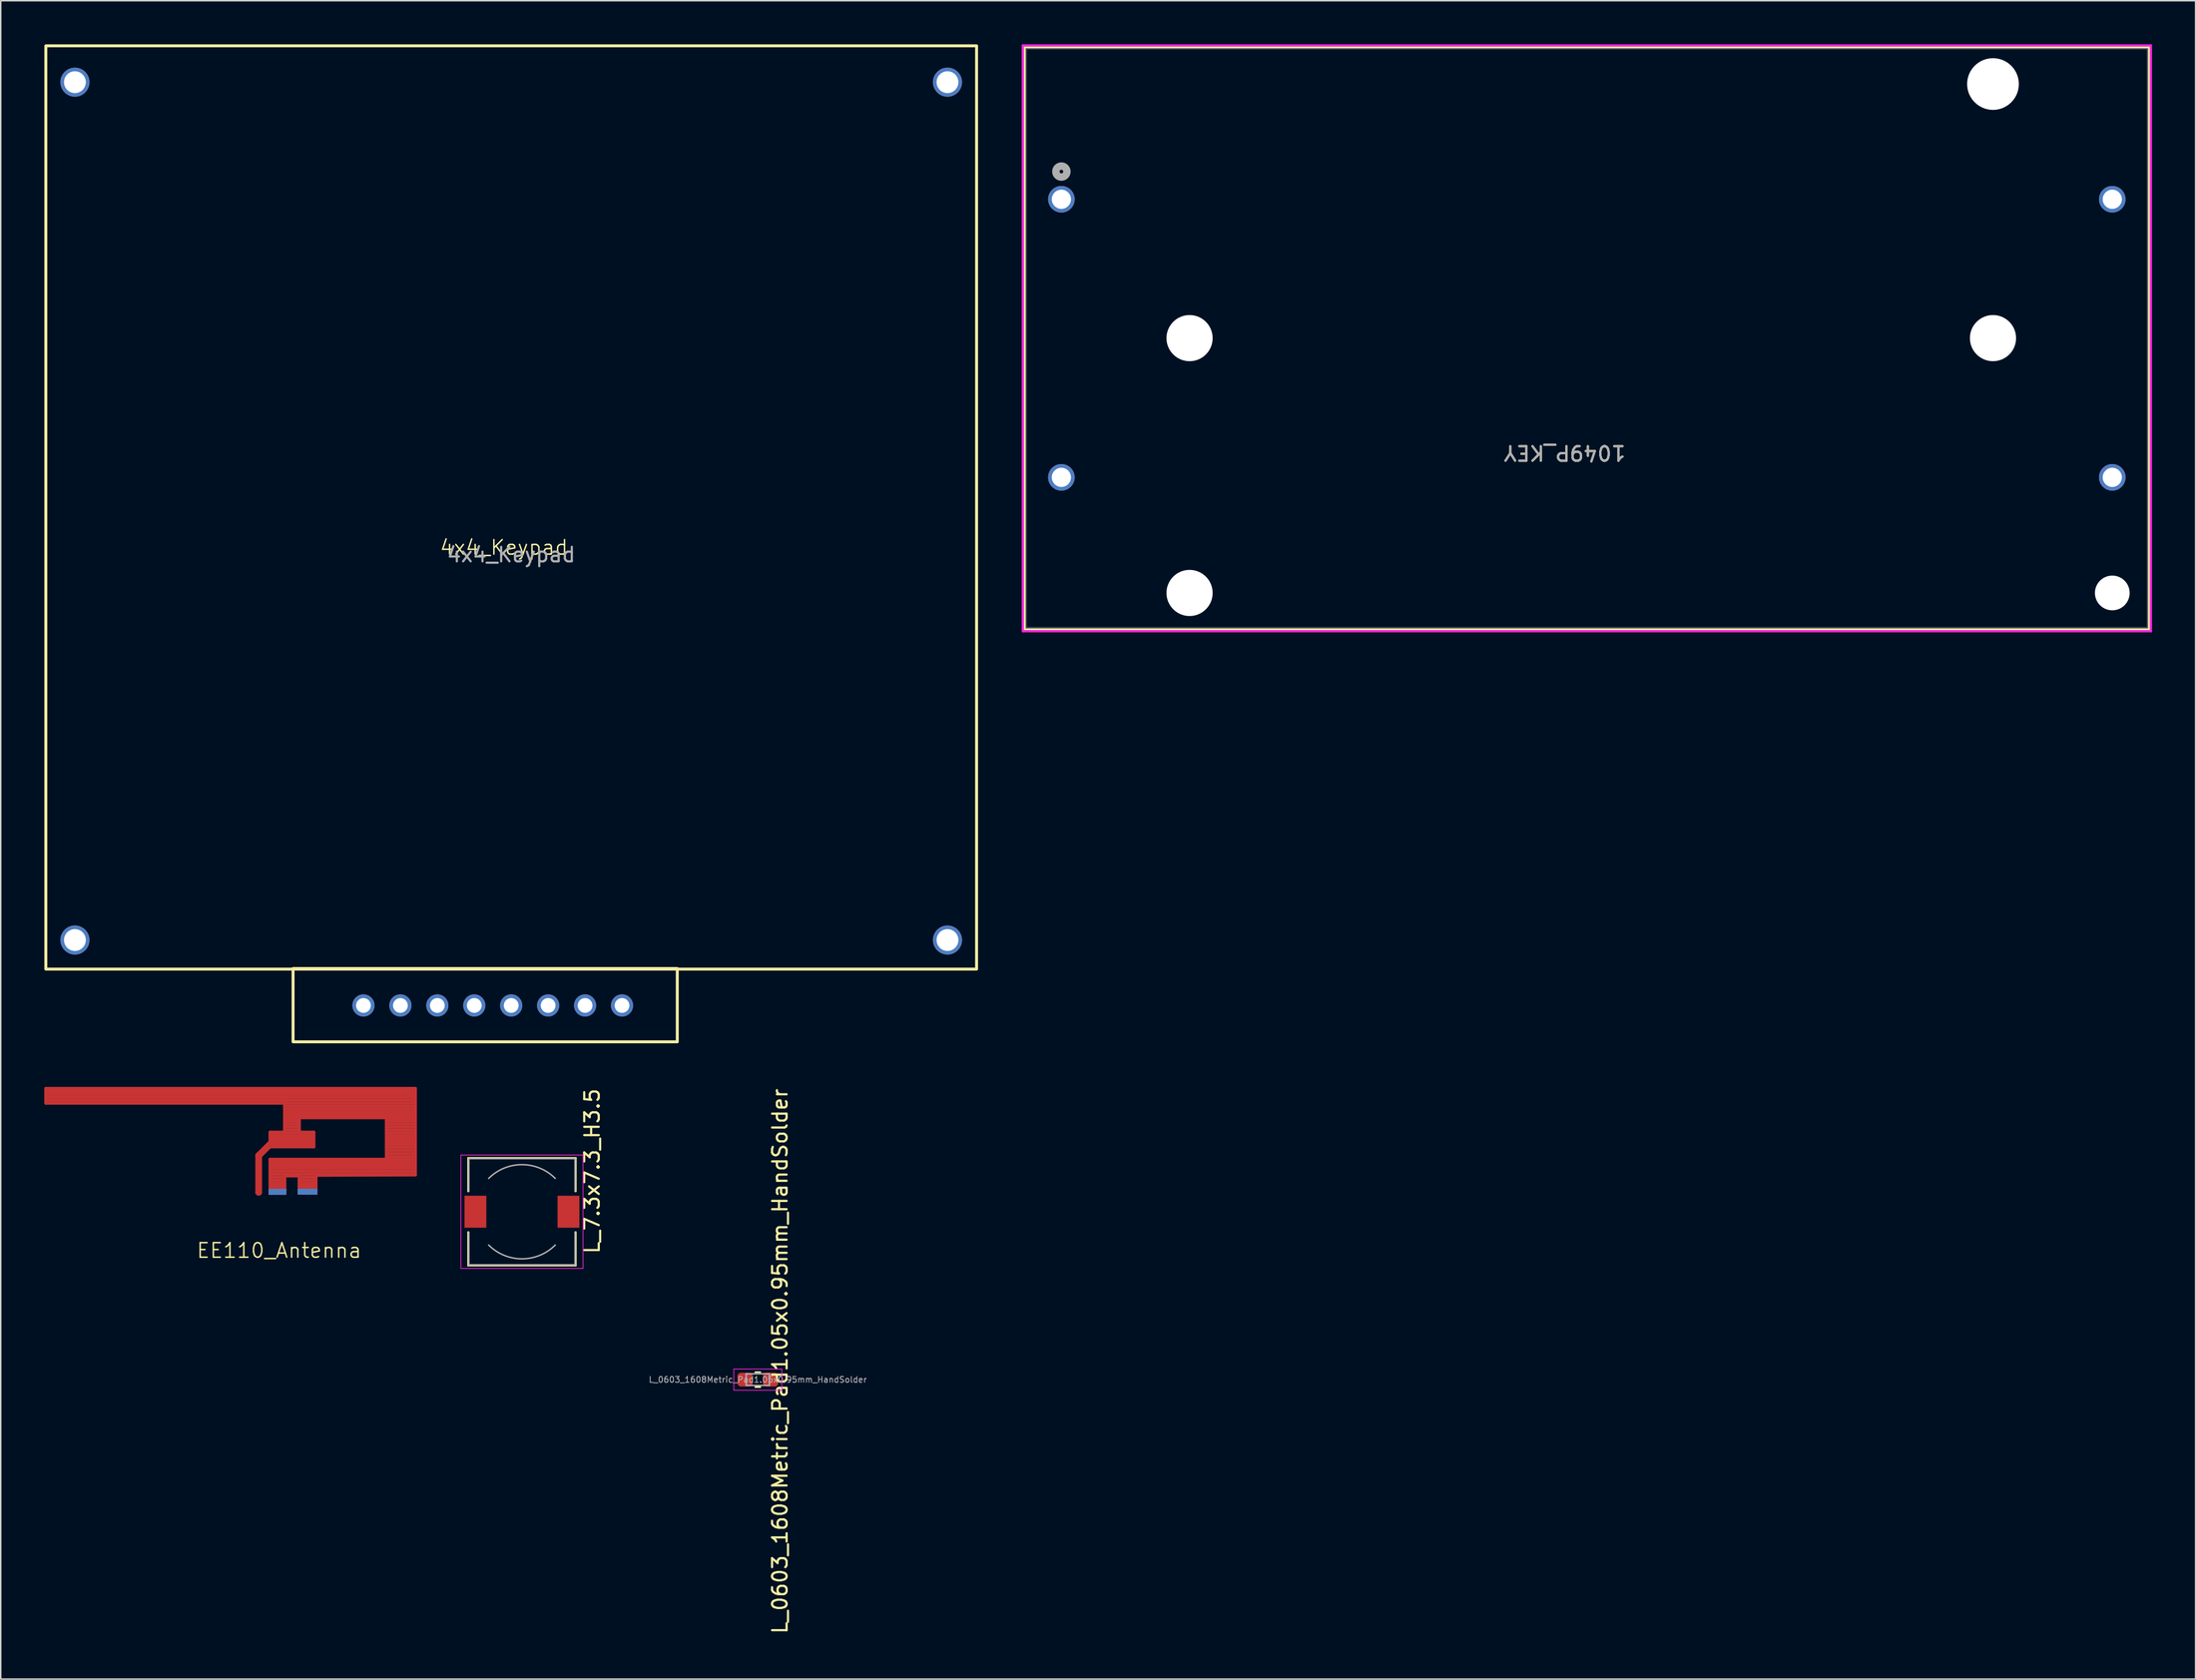
<source format=kicad_pcb>
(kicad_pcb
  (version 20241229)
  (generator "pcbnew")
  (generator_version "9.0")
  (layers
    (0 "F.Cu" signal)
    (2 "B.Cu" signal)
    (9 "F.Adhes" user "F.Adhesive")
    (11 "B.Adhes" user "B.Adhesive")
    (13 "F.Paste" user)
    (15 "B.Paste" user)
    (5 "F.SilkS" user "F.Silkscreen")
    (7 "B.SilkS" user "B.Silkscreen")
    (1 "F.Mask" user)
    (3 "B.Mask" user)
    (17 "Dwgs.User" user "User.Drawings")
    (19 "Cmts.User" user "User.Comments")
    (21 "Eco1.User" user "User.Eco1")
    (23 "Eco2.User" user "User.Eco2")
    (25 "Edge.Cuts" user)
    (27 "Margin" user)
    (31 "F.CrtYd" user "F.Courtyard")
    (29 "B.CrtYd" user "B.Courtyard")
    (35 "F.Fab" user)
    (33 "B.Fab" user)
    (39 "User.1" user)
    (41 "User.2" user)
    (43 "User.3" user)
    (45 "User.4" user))
  (footprint "1049P_KEY"
    (layer "F.Cu")
    (at 69.934 10.655)
    (property "Reference" "1049P_KEY" (at 34.608 17.436 180) (unlocked yes) (layer "F.SilkS") (effects (font (size 1 1) (thickness 0.15))))
    (attr through_hole)
    (fp_line (start -2.527 -10.452) (end -2.527 29.578) (stroke (width 0.152) (type solid)) (layer "F.SilkS"))
    (fp_line (start -2.527 29.578) (end 74.79 29.578) (stroke (width 0.152) (type solid)) (layer "F.SilkS"))
    (fp_line (start 74.79 -10.452) (end -2.527 -10.452) (stroke (width 0.152) (type solid)) (layer "F.SilkS"))
    (fp_line (start 74.79 29.578) (end 74.79 -10.452) (stroke (width 0.152) (type solid)) (layer "F.SilkS"))
    (fp_line (start -2.654 -10.579) (end -2.654 29.705) (stroke (width 0.152) (type solid)) (layer "F.CrtYd"))
    (fp_line (start -2.654 29.705) (end 74.917 29.705) (stroke (width 0.152) (type solid)) (layer "F.CrtYd"))
    (fp_line (start 74.917 -10.579) (end -2.654 -10.579) (stroke (width 0.152) (type solid)) (layer "F.CrtYd"))
    (fp_line (start 74.917 29.705) (end 74.917 -10.579) (stroke (width 0.152) (type solid)) (layer "F.CrtYd"))
    (fp_line (start -2.4 -10.325) (end -2.4 29.451) (stroke (width 0.025) (type solid)) (layer "F.Fab"))
    (fp_line (start -2.4 29.451) (end 74.663 29.451) (stroke (width 0.025) (type solid)) (layer "F.Fab"))
    (fp_line (start 74.663 -10.325) (end -2.4 -10.325) (stroke (width 0.025) (type solid)) (layer "F.Fab"))
    (fp_line (start 74.663 29.451) (end 74.663 -10.325) (stroke (width 0.025) (type solid)) (layer "F.Fab"))
    (fp_circle (center 0 -1.905) (end 0.381 -1.905) (stroke (width 0.508) (type solid)) (fill no) (layer "F.Fab"))
    (fp_text user "${REFERENCE}" (at 34.608 17.436 180) (unlocked yes) (layer "F.Fab") (effects (font (size 1 1) (thickness 0.15))))
    (pad "" np_thru_hole circle (at 8.814 9.55 180) (size 3.175 3.175) (drill 3.175) (layers "*.Cu" "*.Mask"))
    (pad "" np_thru_hole circle (at 8.814 27.076 180) (size 3.175 3.175) (drill 3.175) (layers "*.Cu" "*.Mask"))
    (pad "" np_thru_hole circle (at 64.059 -7.925 180) (size 3.556 3.556) (drill 3.556) (layers "*.Cu" "*.Mask"))
    (pad "" np_thru_hole circle (at 64.059 9.55 180) (size 3.175 3.175) (drill 3.175) (layers "*.Cu" "*.Mask"))
    (pad "" np_thru_hole circle (at 72.263 27.076 180) (size 2.388 2.388) (drill 2.388) (layers "*.Cu" "*.Mask"))
    (pad "1" thru_hole circle (at 0 0 180) (size 1.829 1.829) (drill 1.321) (layers "*.Cu" "*.Mask"))
    (pad "2" thru_hole circle (at 72.263 0 180) (size 1.829 1.829) (drill 1.321) (layers "*.Cu" "*.Mask"))
    (pad "3" thru_hole circle (at 0 19.126 180) (size 1.829 1.829) (drill 1.321) (layers "*.Cu" "*.Mask"))
    (pad "4" thru_hole circle (at 72.263 19.126 180) (size 1.829 1.829) (drill 1.321) (layers "*.Cu" "*.Mask")))
  (footprint "EE110_Antenna"
    (layer "F.Cu")
    (at 16.408 79.311)
    (property "Reference" "EE110_Antenna" (at -0.265 3.644 0) (unlocked yes) (layer "F.SilkS") (effects (font (size 1 1) (thickness 0.1))))
    (attr smd)
    (fp_line (start -16.3 -7.5) (end -16.3 -6.49) (stroke (width 0.216) (type default)) (layer "F.Cu"))
    (fp_line (start -16.3 -6.49) (end 0.118 -6.49) (stroke (width 0.216) (type default)) (layer "F.Cu"))
    (fp_line (start -1.67 -2.884) (end -0.816 -3.738) (stroke (width 0.46) (type default)) (layer "F.Cu"))
    (fp_line (start -1.67 -0.363) (end -1.67 -2.884) (stroke (width 0.46) (type default)) (layer "F.Cu"))
    (fp_line (start -0.882 -4.49) (end -0.882 -3.49) (stroke (width 0.216) (type default)) (layer "F.Cu"))
    (fp_line (start -0.882 -3.49) (end 2.118 -3.49) (stroke (width 0.216) (type default)) (layer "F.Cu"))
    (fp_line (start -0.882 -2.623) (end -0.882 -0.49) (stroke (width 0.216) (type default)) (layer "F.Cu"))
    (fp_line (start -0.882 -0.49) (end 0.118 -0.49) (stroke (width 0.216) (type default)) (layer "F.Cu"))
    (fp_line (start 0.118 -6.49) (end 0.118 -4.49) (stroke (width 0.216) (type default)) (layer "F.Cu"))
    (fp_line (start 0.118 -4.49) (end -0.882 -4.49) (stroke (width 0.216) (type default)) (layer "F.Cu"))
    (fp_line (start 0.118 -1.49) (end 1.118 -1.49) (stroke (width 0.216) (type default)) (layer "F.Cu"))
    (fp_line (start 0.118 -1.404) (end -0.882 -1.404) (stroke (width 0.216) (type default)) (layer "F.Cu"))
    (fp_line (start 0.118 -1.201) (end -0.882 -1.201) (stroke (width 0.216) (type default)) (layer "F.Cu"))
    (fp_line (start 0.118 -0.998) (end -0.882 -0.998) (stroke (width 0.216) (type default)) (layer "F.Cu"))
    (fp_line (start 0.118 -0.794) (end -0.882 -0.794) (stroke (width 0.216) (type default)) (layer "F.Cu"))
    (fp_line (start 0.118 -0.591) (end -0.882 -0.591) (stroke (width 0.216) (type default)) (layer "F.Cu"))
    (fp_line (start 0.118 -0.49) (end 0.118 -1.49) (stroke (width 0.216) (type default)) (layer "F.Cu"))
    (fp_line (start 1.118 -5.49) (end 7.118 -5.49) (stroke (width 0.216) (type default)) (layer "F.Cu"))
    (fp_line (start 1.118 -5.468) (end 0.118 -5.468) (stroke (width 0.216) (type default)) (layer "F.Cu"))
    (fp_line (start 1.118 -5.265) (end 0.118 -5.265) (stroke (width 0.216) (type default)) (layer "F.Cu"))
    (fp_line (start 1.118 -5.062) (end 0.118 -5.062) (stroke (width 0.216) (type default)) (layer "F.Cu"))
    (fp_line (start 1.118 -4.858) (end 0.118 -4.858) (stroke (width 0.216) (type default)) (layer "F.Cu"))
    (fp_line (start 1.118 -4.655) (end 0.118 -4.655) (stroke (width 0.216) (type default)) (layer "F.Cu"))
    (fp_line (start 1.118 -4.49) (end 1.118 -5.49) (stroke (width 0.216) (type default)) (layer "F.Cu"))
    (fp_line (start 1.118 -1.49) (end 1.118 -0.49) (stroke (width 0.216) (type default)) (layer "F.Cu"))
    (fp_line (start 1.118 -0.49) (end 2.267 -0.49) (stroke (width 0.216) (type default)) (layer "F.Cu"))
    (fp_line (start 2.118 -4.49) (end 1.118 -4.49) (stroke (width 0.216) (type default)) (layer "F.Cu"))
    (fp_line (start 2.118 -4.452) (end -0.882 -4.452) (stroke (width 0.216) (type default)) (layer "F.Cu"))
    (fp_line (start 2.118 -4.249) (end -0.882 -4.249) (stroke (width 0.216) (type default)) (layer "F.Cu"))
    (fp_line (start 2.118 -4.046) (end -0.882 -4.046) (stroke (width 0.216) (type default)) (layer "F.Cu"))
    (fp_line (start 2.118 -3.842) (end -0.882 -3.842) (stroke (width 0.216) (type default)) (layer "F.Cu"))
    (fp_line (start 2.118 -3.639) (end -0.882 -3.639) (stroke (width 0.216) (type default)) (layer "F.Cu"))
    (fp_line (start 2.118 -3.49) (end 2.118 -4.49) (stroke (width 0.216) (type default)) (layer "F.Cu"))
    (fp_line (start 2.267 -1.531) (end 8.567 -1.556) (stroke (width 0.216) (type default)) (layer "F.Cu"))
    (fp_line (start 2.267 -1.404) (end 1.118 -1.404) (stroke (width 0.216) (type default)) (layer "F.Cu"))
    (fp_line (start 2.267 -1.201) (end 1.118 -1.201) (stroke (width 0.216) (type default)) (layer "F.Cu"))
    (fp_line (start 2.267 -0.998) (end 1.118 -0.998) (stroke (width 0.216) (type default)) (layer "F.Cu"))
    (fp_line (start 2.267 -0.794) (end 1.118 -0.794) (stroke (width 0.216) (type default)) (layer "F.Cu"))
    (fp_line (start 2.267 -0.591) (end 1.118 -0.591) (stroke (width 0.216) (type default)) (layer "F.Cu"))
    (fp_line (start 2.267 -0.49) (end 2.267 -1.531) (stroke (width 0.216) (type default)) (layer "F.Cu"))
    (fp_line (start 7.118 -5.49) (end 7.118 -2.623) (stroke (width 0.216) (type default)) (layer "F.Cu"))
    (fp_line (start 7.118 -2.623) (end -0.882 -2.623) (stroke (width 0.216) (type default)) (layer "F.Cu"))
    (fp_line (start 8.567 -1.556) (end 9.1 -1.556) (stroke (width 0.216) (type default)) (layer "F.Cu"))
    (fp_line (start 9.1 -7.5) (end -16.3 -7.5) (stroke (width 0.216) (type default)) (layer "F.Cu"))
    (fp_line (start 9.1 -7.297) (end -16.3 -7.297) (stroke (width 0.216) (type default)) (layer "F.Cu"))
    (fp_line (start 9.1 -7.094) (end -16.3 -7.094) (stroke (width 0.216) (type default)) (layer "F.Cu"))
    (fp_line (start 9.1 -6.89) (end -16.3 -6.89) (stroke (width 0.216) (type default)) (layer "F.Cu"))
    (fp_line (start 9.1 -6.687) (end -16.3 -6.687) (stroke (width 0.216) (type default)) (layer "F.Cu"))
    (fp_line (start 9.1 -6.484) (end 0.118 -6.484) (stroke (width 0.216) (type default)) (layer "F.Cu"))
    (fp_line (start 9.1 -6.281) (end 0.118 -6.281) (stroke (width 0.216) (type default)) (layer "F.Cu"))
    (fp_line (start 9.1 -6.078) (end 0.118 -6.078) (stroke (width 0.216) (type default)) (layer "F.Cu"))
    (fp_line (start 9.1 -5.874) (end 0.118 -5.874) (stroke (width 0.216) (type default)) (layer "F.Cu"))
    (fp_line (start 9.1 -5.671) (end 0.118 -5.671) (stroke (width 0.216) (type default)) (layer "F.Cu"))
    (fp_line (start 9.1 -5.468) (end 7.118 -5.468) (stroke (width 0.216) (type default)) (layer "F.Cu"))
    (fp_line (start 9.1 -5.265) (end 7.118 -5.265) (stroke (width 0.216) (type default)) (layer "F.Cu"))
    (fp_line (start 9.1 -5.062) (end 7.118 -5.062) (stroke (width 0.216) (type default)) (layer "F.Cu"))
    (fp_line (start 9.1 -4.858) (end 7.118 -4.858) (stroke (width 0.216) (type default)) (layer "F.Cu"))
    (fp_line (start 9.1 -4.655) (end 7.118 -4.655) (stroke (width 0.216) (type default)) (layer "F.Cu"))
    (fp_line (start 9.1 -4.452) (end 7.118 -4.452) (stroke (width 0.216) (type default)) (layer "F.Cu"))
    (fp_line (start 9.1 -4.249) (end 7.118 -4.249) (stroke (width 0.216) (type default)) (layer "F.Cu"))
    (fp_line (start 9.1 -4.046) (end 7.118 -4.046) (stroke (width 0.216) (type default)) (layer "F.Cu"))
    (fp_line (start 9.1 -3.842) (end 7.118 -3.842) (stroke (width 0.216) (type default)) (layer "F.Cu"))
    (fp_line (start 9.1 -3.639) (end 7.118 -3.639) (stroke (width 0.216) (type default)) (layer "F.Cu"))
    (fp_line (start 9.1 -3.436) (end 7.118 -3.436) (stroke (width 0.216) (type default)) (layer "F.Cu"))
    (fp_line (start 9.1 -3.233) (end 7.118 -3.233) (stroke (width 0.216) (type default)) (layer "F.Cu"))
    (fp_line (start 9.1 -3.03) (end 7.118 -3.03) (stroke (width 0.216) (type default)) (layer "F.Cu"))
    (fp_line (start 9.1 -2.826) (end 7.118 -2.826) (stroke (width 0.216) (type default)) (layer "F.Cu"))
    (fp_line (start 9.1 -2.623) (end -0.882 -2.623) (stroke (width 0.216) (type default)) (layer "F.Cu"))
    (fp_line (start 9.1 -2.42) (end -0.882 -2.42) (stroke (width 0.216) (type default)) (layer "F.Cu"))
    (fp_line (start 9.1 -2.217) (end -0.882 -2.217) (stroke (width 0.216) (type default)) (layer "F.Cu"))
    (fp_line (start 9.1 -2.014) (end -0.882 -2.014) (stroke (width 0.216) (type default)) (layer "F.Cu"))
    (fp_line (start 9.1 -1.81) (end -0.882 -1.81) (stroke (width 0.216) (type default)) (layer "F.Cu"))
    (fp_line (start 9.1 -1.607) (end -0.882 -1.607) (stroke (width 0.216) (type default)) (layer "F.Cu"))
    (fp_line (start 9.1 -1.556) (end 9.1 -7.5) (stroke (width 0.216) (type default)) (layer "F.Cu"))
    (fp_arc (start -0.815931 -3.851874) (mid -0.701626 -3.737574) (end -0.815931 -3.623274) (stroke (width 0.2159) (type default)) (layer "F.Cu"))
    (fp_arc (start -0.815931 -3.623274) (mid -0.930226 -3.737574) (end -0.815931 -3.851874) (stroke (width 0.2159) (type default)) (layer "F.Cu"))
    (pad "1" connect circle (at -1.67 -0.36) (size 0.46 0.46) (layers "F.Cu" "F.Mask"))
    (pad "2" smd rect (at -0.38 -0.39) (size 1.22 0.41) (layers "*.Cu" "*.Mask"))
    (pad "2" smd rect (at 1.62 -0.4) (size 1.36 0.41) (drill (offset 0.07 0)) (layers "*.Cu" "*.Mask")))
  (footprint "L_7.3x7.3_H3.5"
    (layer "F.Cu")
    (at 32.841 80.289)
    (property "Reference" "L_7.3x7.3_H3.5" (at 4.826 -2.794 270) (layer "F.SilkS") (effects (font (size 1 1) (thickness 0.15))))
    (attr smd)
    (fp_line (start -3.7 -3.7) (end 3.7 -3.7) (stroke (width 0.12) (type solid)) (layer "F.SilkS"))
    (fp_line (start -3.7 -1.4) (end -3.7 -3.7) (stroke (width 0.12) (type solid)) (layer "F.SilkS"))
    (fp_line (start -3.7 3.7) (end -3.7 1.4) (stroke (width 0.12) (type solid)) (layer "F.SilkS"))
    (fp_line (start 3.7 -3.7) (end 3.7 -1.4) (stroke (width 0.12) (type solid)) (layer "F.SilkS"))
    (fp_line (start 3.7 1.4) (end 3.7 3.7) (stroke (width 0.12) (type solid)) (layer "F.SilkS"))
    (fp_line (start 3.7 3.7) (end -3.7 3.7) (stroke (width 0.12) (type solid)) (layer "F.SilkS"))
    (fp_line (start -4.2 -3.9) (end -4.2 3.9) (stroke (width 0.05) (type solid)) (layer "F.CrtYd"))
    (fp_line (start -4.2 3.9) (end 4.2 3.9) (stroke (width 0.05) (type solid)) (layer "F.CrtYd"))
    (fp_line (start 4.2 -3.9) (end -4.2 -3.9) (stroke (width 0.05) (type solid)) (layer "F.CrtYd"))
    (fp_line (start 4.2 3.9) (end 4.2 -3.9) (stroke (width 0.05) (type solid)) (layer "F.CrtYd"))
    (fp_line (start -3.65 -3.65) (end -3.65 -1.4) (stroke (width 0.1) (type solid)) (layer "F.Fab"))
    (fp_line (start -3.65 -3.65) (end 3.65 -3.65) (stroke (width 0.1) (type solid)) (layer "F.Fab"))
    (fp_line (start -3.65 3.65) (end -3.65 1.4) (stroke (width 0.1) (type solid)) (layer "F.Fab"))
    (fp_line (start 3.65 -3.65) (end 3.65 -1.4) (stroke (width 0.1) (type solid)) (layer "F.Fab"))
    (fp_line (start 3.65 3.65) (end -3.65 3.65) (stroke (width 0.1) (type solid)) (layer "F.Fab"))
    (fp_line (start 3.65 3.65) (end 3.65 1.4) (stroke (width 0.1) (type solid)) (layer "F.Fab"))
    (fp_arc (start -2.29 -2.29) (mid 0 -3.238549) (end 2.29 -2.29) (stroke (width 0.1) (type solid)) (layer "F.Fab"))
    (fp_arc (start 2.29 2.29) (mid 0 3.238549) (end -2.29 2.29) (stroke (width 0.1) (type solid)) (layer "F.Fab"))
    (pad "1" smd rect (at -3.2 0) (size 1.5 2.2) (layers "F.Cu" "F.Mask" "F.Paste"))
    (pad "2" smd rect (at 3.2 0) (size 1.5 2.2) (layers "F.Cu" "F.Mask" "F.Paste")))
  (footprint "4x4_Keypad"
    (layer "F.Cu")
    (at 32.102 32.602)
    (property "Reference" "4x4_Keypad" (at -0.5 2 0) (unlocked yes) (layer "F.SilkS") (effects (font (size 1 1) (thickness 0.1))))
    (attr through_hole)
    (fp_rect (start -32 -32.5) (end 32 31) (stroke (width 0.203) (type default)) (fill no) (layer "F.SilkS"))
    (fp_rect (start -15 30.96) (end 11.42 36) (stroke (width 0.203) (type default)) (fill no) (layer "F.SilkS"))
    (fp_text user "${REFERENCE}" (at 0 2.5 0) (unlocked yes) (layer "F.Fab") (effects (font (size 1 1) (thickness 0.15))))
    (pad "" np_thru_hole circle (at -30 -30) (size 2 2) (drill 1.5) (layers "*.Cu" "*.Mask"))
    (pad "" np_thru_hole circle (at -30 29) (size 2 2) (drill 1.5) (layers "*.Cu" "*.Mask"))
    (pad "" np_thru_hole circle (at 30 -30) (size 2 2) (drill 1.5) (layers "*.Cu" "*.Mask"))
    (pad "" np_thru_hole circle (at 30 29) (size 2 2) (drill 1.5) (layers "*.Cu" "*.Mask"))
    (pad "1" thru_hole circle (at -10.16 33.5) (size 1.524 1.524) (drill 1.016) (layers "*.Cu" "*.Mask"))
    (pad "2" thru_hole circle (at -7.62 33.5) (size 1.524 1.524) (drill 1.016) (layers "*.Cu" "*.Mask"))
    (pad "3" thru_hole circle (at -5.08 33.5) (size 1.524 1.524) (drill 1.016) (layers "*.Cu" "*.Mask"))
    (pad "4" thru_hole circle (at -2.54 33.5) (size 1.524 1.524) (drill 1.016) (layers "*.Cu" "*.Mask"))
    (pad "5" thru_hole circle (at 0 33.5) (size 1.524 1.524) (drill 1.016) (layers "*.Cu" "*.Mask"))
    (pad "6" thru_hole circle (at 2.54 33.5) (size 1.524 1.524) (drill 1.016) (layers "*.Cu" "*.Mask"))
    (pad "7" thru_hole circle (at 5.08 33.5) (size 1.524 1.524) (drill 1.016) (layers "*.Cu" "*.Mask"))
    (pad "8" thru_hole circle (at 7.62 33.5) (size 1.524 1.524) (drill 1.016) (layers "*.Cu" "*.Mask")))
  (footprint "L_0603_1608Metric_Pad1.05x0.95mm_HandSolder"
    (layer "F.Cu")
    (at 49.06 91.836)
    (property "Reference" "L_0603_1608Metric_Pad1.05x0.95mm_HandSolder" (at 1.524 -1.27 90) (layer "F.SilkS") (effects (font (size 1 1) (thickness 0.15))))
    (attr smd)
    (fp_line (start -0.171 -0.51) (end 0.171 -0.51) (stroke (width 0.12) (type solid)) (layer "F.SilkS"))
    (fp_line (start -0.171 0.51) (end 0.171 0.51) (stroke (width 0.12) (type solid)) (layer "F.SilkS"))
    (fp_line (start -1.65 -0.73) (end 1.65 -0.73) (stroke (width 0.05) (type solid)) (layer "F.CrtYd"))
    (fp_line (start -1.65 0.73) (end -1.65 -0.73) (stroke (width 0.05) (type solid)) (layer "F.CrtYd"))
    (fp_line (start 1.65 -0.73) (end 1.65 0.73) (stroke (width 0.05) (type solid)) (layer "F.CrtYd"))
    (fp_line (start 1.65 0.73) (end -1.65 0.73) (stroke (width 0.05) (type solid)) (layer "F.CrtYd"))
    (fp_line (start -0.8 -0.4) (end 0.8 -0.4) (stroke (width 0.1) (type solid)) (layer "F.Fab"))
    (fp_line (start -0.8 0.4) (end -0.8 -0.4) (stroke (width 0.1) (type solid)) (layer "F.Fab"))
    (fp_line (start 0.8 -0.4) (end 0.8 0.4) (stroke (width 0.1) (type solid)) (layer "F.Fab"))
    (fp_line (start 0.8 0.4) (end -0.8 0.4) (stroke (width 0.1) (type solid)) (layer "F.Fab"))
    (fp_text user "${REFERENCE}" (at 0 0 0) (layer "F.Fab") (effects (font (size 0.4 0.4) (thickness 0.06))))
    (pad "1" smd roundrect (at -0.875 0) (size 1.05 0.95) (layers "F.Cu" "F.Mask" "F.Paste") (roundrect_rratio 0.25))
    (pad "2" smd roundrect (at 0.875 0) (size 1.05 0.95) (layers "F.Cu" "F.Mask" "F.Paste") (roundrect_rratio 0.25)))
  (gr_rect
    (start -3 -3)
    (end 147.927 112.429)
    (stroke (width 0.1) (type default))
    (fill no)
    (layer "Edge.Cuts")))
</source>
